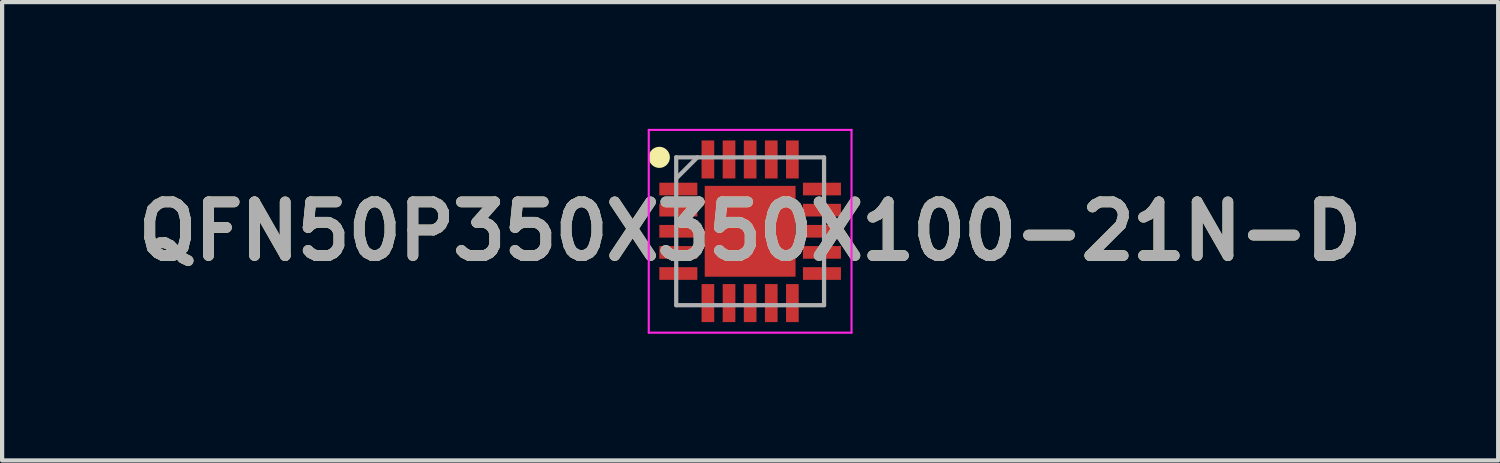
<source format=kicad_pcb>
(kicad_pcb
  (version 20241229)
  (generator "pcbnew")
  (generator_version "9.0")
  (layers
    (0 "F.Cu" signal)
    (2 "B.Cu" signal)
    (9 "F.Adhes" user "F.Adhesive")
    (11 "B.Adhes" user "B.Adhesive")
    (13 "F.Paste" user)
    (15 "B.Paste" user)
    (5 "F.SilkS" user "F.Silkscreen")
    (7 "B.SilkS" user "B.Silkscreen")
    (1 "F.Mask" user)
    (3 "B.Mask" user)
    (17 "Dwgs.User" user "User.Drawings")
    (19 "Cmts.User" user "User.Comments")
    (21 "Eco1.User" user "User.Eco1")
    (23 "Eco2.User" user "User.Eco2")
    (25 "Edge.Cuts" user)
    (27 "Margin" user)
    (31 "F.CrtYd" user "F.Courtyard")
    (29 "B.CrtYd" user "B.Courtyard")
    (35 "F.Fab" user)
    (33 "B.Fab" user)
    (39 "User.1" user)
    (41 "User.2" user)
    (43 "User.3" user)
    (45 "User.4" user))
  (footprint "QFN50P350X350X100-21N-D"
    (layer "F.Cu")
    (at 14.708 2.425)
    (property "Reference" "QFN50P350X350X100-21N-D" (at 0 0 0) (layer "F.SilkS") (effects (font (size 1.27 1.27) (thickness 0.254))))
    (attr smd)
    (fp_circle (center -2.15 -1.75) (end -2.15 -1.625) (stroke (width 0.25) (type solid)) (fill no) (layer "F.SilkS"))
    (fp_line (start -2.4 -2.4) (end 2.4 -2.4) (stroke (width 0.05) (type solid)) (layer "F.CrtYd"))
    (fp_line (start -2.4 2.4) (end -2.4 -2.4) (stroke (width 0.05) (type solid)) (layer "F.CrtYd"))
    (fp_line (start 2.4 -2.4) (end 2.4 2.4) (stroke (width 0.05) (type solid)) (layer "F.CrtYd"))
    (fp_line (start 2.4 2.4) (end -2.4 2.4) (stroke (width 0.05) (type solid)) (layer "F.CrtYd"))
    (fp_line (start -1.75 -1.75) (end 1.75 -1.75) (stroke (width 0.1) (type solid)) (layer "F.Fab"))
    (fp_line (start -1.75 -1.25) (end -1.25 -1.75) (stroke (width 0.1) (type solid)) (layer "F.Fab"))
    (fp_line (start -1.75 1.75) (end -1.75 -1.75) (stroke (width 0.1) (type solid)) (layer "F.Fab"))
    (fp_line (start 1.75 -1.75) (end 1.75 1.75) (stroke (width 0.1) (type solid)) (layer "F.Fab"))
    (fp_line (start 1.75 1.75) (end -1.75 1.75) (stroke (width 0.1) (type solid)) (layer "F.Fab"))
    (fp_text user "${REFERENCE}" (at 0 0 0) (layer "F.Fab") (effects (font (size 1.27 1.27) (thickness 0.254))))
    (pad "1" smd rect (at -1.7 -1 90) (size 0.3 0.9) (layers "F.Cu" "F.Mask" "F.Paste"))
    (pad "2" smd rect (at -1.7 -0.5 90) (size 0.3 0.9) (layers "F.Cu" "F.Mask" "F.Paste"))
    (pad "3" smd rect (at -1.7 0 90) (size 0.3 0.9) (layers "F.Cu" "F.Mask" "F.Paste"))
    (pad "4" smd rect (at -1.7 0.5 90) (size 0.3 0.9) (layers "F.Cu" "F.Mask" "F.Paste"))
    (pad "5" smd rect (at -1.7 1 90) (size 0.3 0.9) (layers "F.Cu" "F.Mask" "F.Paste"))
    (pad "6" smd rect (at -1 1.7) (size 0.3 0.9) (layers "F.Cu" "F.Mask" "F.Paste"))
    (pad "7" smd rect (at -0.5 1.7) (size 0.3 0.9) (layers "F.Cu" "F.Mask" "F.Paste"))
    (pad "8" smd rect (at 0 1.7) (size 0.3 0.9) (layers "F.Cu" "F.Mask" "F.Paste"))
    (pad "9" smd rect (at 0.5 1.7) (size 0.3 0.9) (layers "F.Cu" "F.Mask" "F.Paste"))
    (pad "10" smd rect (at 1 1.7) (size 0.3 0.9) (layers "F.Cu" "F.Mask" "F.Paste"))
    (pad "11" smd rect (at 1.7 1 90) (size 0.3 0.9) (layers "F.Cu" "F.Mask" "F.Paste"))
    (pad "12" smd rect (at 1.7 0.5 90) (size 0.3 0.9) (layers "F.Cu" "F.Mask" "F.Paste"))
    (pad "13" smd rect (at 1.7 0 90) (size 0.3 0.9) (layers "F.Cu" "F.Mask" "F.Paste"))
    (pad "14" smd rect (at 1.7 -0.5 90) (size 0.3 0.9) (layers "F.Cu" "F.Mask" "F.Paste"))
    (pad "15" smd rect (at 1.7 -1 90) (size 0.3 0.9) (layers "F.Cu" "F.Mask" "F.Paste"))
    (pad "16" smd rect (at 1 -1.7) (size 0.3 0.9) (layers "F.Cu" "F.Mask" "F.Paste"))
    (pad "17" smd rect (at 0.5 -1.7) (size 0.3 0.9) (layers "F.Cu" "F.Mask" "F.Paste"))
    (pad "18" smd rect (at 0 -1.7) (size 0.3 0.9) (layers "F.Cu" "F.Mask" "F.Paste"))
    (pad "19" smd rect (at -0.5 -1.7) (size 0.3 0.9) (layers "F.Cu" "F.Mask" "F.Paste"))
    (pad "20" smd rect (at -1 -1.7) (size 0.3 0.9) (layers "F.Cu" "F.Mask" "F.Paste"))
    (pad "21" smd rect (at 0 0) (size 2.15 2.15) (layers "F.Cu" "F.Mask" "F.Paste")))
  (gr_rect
    (start -3 -3)
    (end 32.416 7.85)
    (stroke (width 0.1) (type default))
    (fill no)
    (layer "Edge.Cuts")))
</source>
